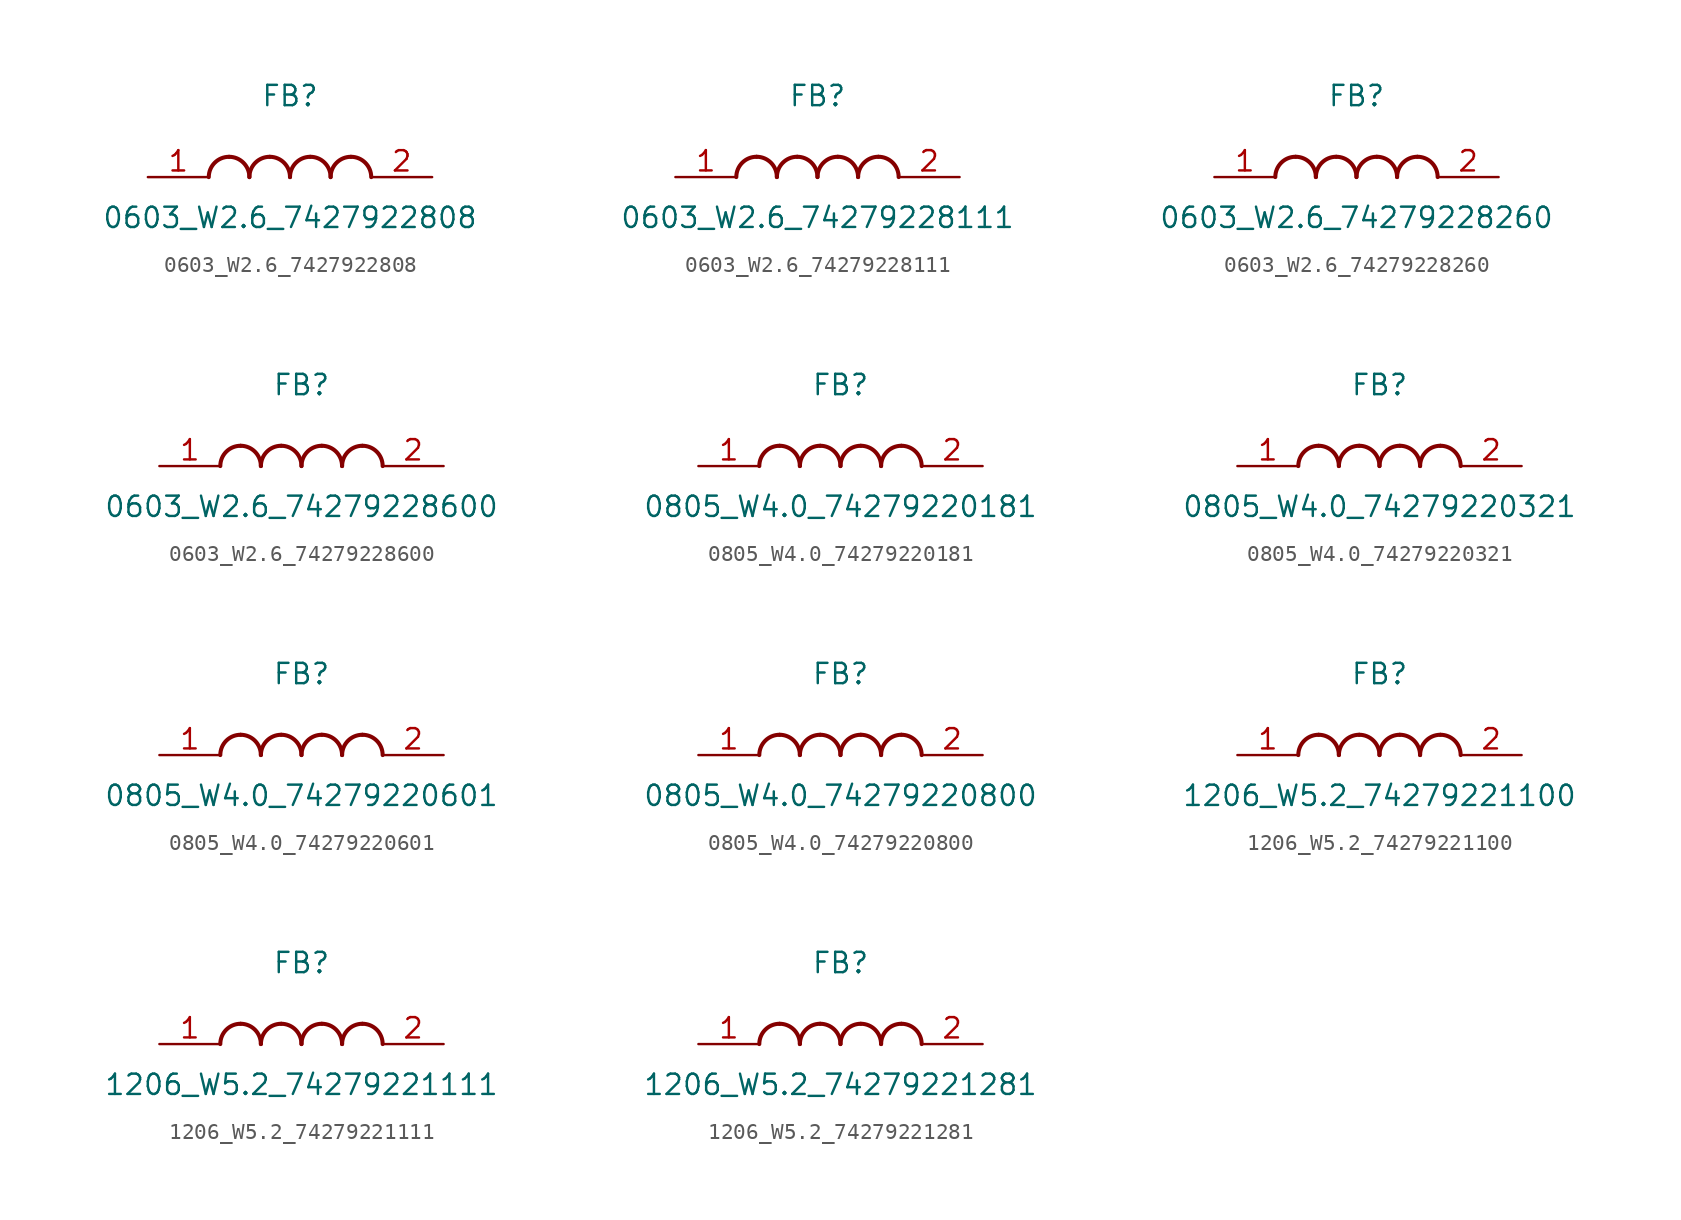
<source format=kicad_sym>
(kicad_symbol_lib
  (version 20211014)
  (generator kicad_symbol_editor)
  (symbol "Ferrite_Wurth_WE-MPSB:0603_W2.6_7427922808"
    (pin_names hide)
    (property "Reference" "FB"
      (at 0 5.08 0)
      (effects (font (size 1.27 1.27))))
    (property "Value" "0603_W2.6_7427922808"
      (at 0 -2.54 0)
      (effects (font (size 1.27 1.27))))
    (symbol "0603_W2.6_7427922808_0_1"
      (arc (start -3.81 1.27) (mid -4.708 0.898) (end -5.08 0) (stroke (width 0.254) (type default)) (fill (type none)))
      (arc (start -2.54 0) (mid -2.912 0.898) (end -3.81 1.27) (stroke (width 0.254) (type default)) (fill (type none)))
      (arc (start -1.2699 1.2701) (mid -2.1679 0.8981) (end -2.5399 0.0001) (stroke (width 0.254) (type default)) (fill (type none)))
      (arc (start 0.0001 0.0001) (mid -0.3719 0.8981) (end -1.2699 1.2701) (stroke (width 0.254) (type default)) (fill (type none)))
      (arc (start 1.2701 1.2701) (mid 0.3721 0.8981) (end 0.0001 0.0001) (stroke (width 0.254) (type default)) (fill (type none)))
      (arc (start 2.5401 0.0001) (mid 2.1681 0.8981) (end 1.2701 1.2701) (stroke (width 0.254) (type default)) (fill (type none)))
      (arc (start 3.8101 1.2701) (mid 2.9121 0.8981) (end 2.5401 0.0001) (stroke (width 0.254) (type default)) (fill (type none)))
      (arc (start 5.0801 0.0001) (mid 4.7081 0.8981) (end 3.8101 1.2701) (stroke (width 0.254) (type default)) (fill (type none))))
    (symbol "0603_W2.6_7427922808_1_1"
      (pin passive line (at -8.89 0 0) (length 3.81) (name "1" (effects (font (size 1.27 1.27)))) (number "1" (effects (font (size 1.27 1.27)))))
      (pin passive line (at 8.89 0 180) (length 3.81) (name "2" (effects (font (size 1.27 1.27)))) (number "2" (effects (font (size 1.27 1.27)))))))
  (symbol "Ferrite_Wurth_WE-MPSB:0603_W2.6_74279228111"
    (pin_names hide)
    (property "Reference" "FB"
      (at 0 5.08 0)
      (effects (font (size 1.27 1.27))))
    (property "Value" "0603_W2.6_74279228111"
      (at 0 -2.54 0)
      (effects (font (size 1.27 1.27))))
    (symbol "0603_W2.6_74279228111_0_1"
      (arc (start -3.81 1.27) (mid -4.708 0.898) (end -5.08 0) (stroke (width 0.254) (type default)) (fill (type none)))
      (arc (start -2.54 0) (mid -2.912 0.898) (end -3.81 1.27) (stroke (width 0.254) (type default)) (fill (type none)))
      (arc (start -1.2699 1.2701) (mid -2.1679 0.8981) (end -2.5399 0.0001) (stroke (width 0.254) (type default)) (fill (type none)))
      (arc (start 0.0001 0.0001) (mid -0.3719 0.8981) (end -1.2699 1.2701) (stroke (width 0.254) (type default)) (fill (type none)))
      (arc (start 1.2701 1.2701) (mid 0.3721 0.8981) (end 0.0001 0.0001) (stroke (width 0.254) (type default)) (fill (type none)))
      (arc (start 2.5401 0.0001) (mid 2.1681 0.8981) (end 1.2701 1.2701) (stroke (width 0.254) (type default)) (fill (type none)))
      (arc (start 3.8101 1.2701) (mid 2.9121 0.8981) (end 2.5401 0.0001) (stroke (width 0.254) (type default)) (fill (type none)))
      (arc (start 5.0801 0.0001) (mid 4.7081 0.8981) (end 3.8101 1.2701) (stroke (width 0.254) (type default)) (fill (type none))))
    (symbol "0603_W2.6_74279228111_1_1"
      (pin passive line (at -8.89 0 0) (length 3.81) (name "1" (effects (font (size 1.27 1.27)))) (number "1" (effects (font (size 1.27 1.27)))))
      (pin passive line (at 8.89 0 180) (length 3.81) (name "2" (effects (font (size 1.27 1.27)))) (number "2" (effects (font (size 1.27 1.27)))))))
  (symbol "Ferrite_Wurth_WE-MPSB:0603_W2.6_74279228260"
    (pin_names hide)
    (property "Reference" "FB"
      (at 0 5.08 0)
      (effects (font (size 1.27 1.27))))
    (property "Value" "0603_W2.6_74279228260"
      (at 0 -2.54 0)
      (effects (font (size 1.27 1.27))))
    (symbol "0603_W2.6_74279228260_0_1"
      (arc (start -3.81 1.27) (mid -4.708 0.898) (end -5.08 0) (stroke (width 0.254) (type default)) (fill (type none)))
      (arc (start -2.54 0) (mid -2.912 0.898) (end -3.81 1.27) (stroke (width 0.254) (type default)) (fill (type none)))
      (arc (start -1.2699 1.2701) (mid -2.1679 0.8981) (end -2.5399 0.0001) (stroke (width 0.254) (type default)) (fill (type none)))
      (arc (start 0.0001 0.0001) (mid -0.3719 0.8981) (end -1.2699 1.2701) (stroke (width 0.254) (type default)) (fill (type none)))
      (arc (start 1.2701 1.2701) (mid 0.3721 0.8981) (end 0.0001 0.0001) (stroke (width 0.254) (type default)) (fill (type none)))
      (arc (start 2.5401 0.0001) (mid 2.1681 0.8981) (end 1.2701 1.2701) (stroke (width 0.254) (type default)) (fill (type none)))
      (arc (start 3.8101 1.2701) (mid 2.9121 0.8981) (end 2.5401 0.0001) (stroke (width 0.254) (type default)) (fill (type none)))
      (arc (start 5.0801 0.0001) (mid 4.7081 0.8981) (end 3.8101 1.2701) (stroke (width 0.254) (type default)) (fill (type none))))
    (symbol "0603_W2.6_74279228260_1_1"
      (pin passive line (at -8.89 0 0) (length 3.81) (name "1" (effects (font (size 1.27 1.27)))) (number "1" (effects (font (size 1.27 1.27)))))
      (pin passive line (at 8.89 0 180) (length 3.81) (name "2" (effects (font (size 1.27 1.27)))) (number "2" (effects (font (size 1.27 1.27)))))))
  (symbol "Ferrite_Wurth_WE-MPSB:0603_W2.6_74279228600"
    (pin_names hide)
    (property "Reference" "FB"
      (at 0 5.08 0)
      (effects (font (size 1.27 1.27))))
    (property "Value" "0603_W2.6_74279228600"
      (at 0 -2.54 0)
      (effects (font (size 1.27 1.27))))
    (symbol "0603_W2.6_74279228600_0_1"
      (arc (start -3.81 1.27) (mid -4.708 0.898) (end -5.08 0) (stroke (width 0.254) (type default)) (fill (type none)))
      (arc (start -2.54 0) (mid -2.912 0.898) (end -3.81 1.27) (stroke (width 0.254) (type default)) (fill (type none)))
      (arc (start -1.2699 1.2701) (mid -2.1679 0.8981) (end -2.5399 0.0001) (stroke (width 0.254) (type default)) (fill (type none)))
      (arc (start 0.0001 0.0001) (mid -0.3719 0.8981) (end -1.2699 1.2701) (stroke (width 0.254) (type default)) (fill (type none)))
      (arc (start 1.2701 1.2701) (mid 0.3721 0.8981) (end 0.0001 0.0001) (stroke (width 0.254) (type default)) (fill (type none)))
      (arc (start 2.5401 0.0001) (mid 2.1681 0.8981) (end 1.2701 1.2701) (stroke (width 0.254) (type default)) (fill (type none)))
      (arc (start 3.8101 1.2701) (mid 2.9121 0.8981) (end 2.5401 0.0001) (stroke (width 0.254) (type default)) (fill (type none)))
      (arc (start 5.0801 0.0001) (mid 4.7081 0.8981) (end 3.8101 1.2701) (stroke (width 0.254) (type default)) (fill (type none))))
    (symbol "0603_W2.6_74279228600_1_1"
      (pin passive line (at -8.89 0 0) (length 3.81) (name "1" (effects (font (size 1.27 1.27)))) (number "1" (effects (font (size 1.27 1.27)))))
      (pin passive line (at 8.89 0 180) (length 3.81) (name "2" (effects (font (size 1.27 1.27)))) (number "2" (effects (font (size 1.27 1.27)))))))
  (symbol "Ferrite_Wurth_WE-MPSB:0805_W4.0_74279220181"
    (pin_names hide)
    (property "Reference" "FB"
      (at 0 5.08 0)
      (effects (font (size 1.27 1.27))))
    (property "Value" "0805_W4.0_74279220181"
      (at 0 -2.54 0)
      (effects (font (size 1.27 1.27))))
    (symbol "0805_W4.0_74279220181_0_1"
      (arc (start -3.81 1.27) (mid -4.708 0.898) (end -5.08 0) (stroke (width 0.254) (type default)) (fill (type none)))
      (arc (start -2.54 0) (mid -2.912 0.898) (end -3.81 1.27) (stroke (width 0.254) (type default)) (fill (type none)))
      (arc (start -1.2699 1.2701) (mid -2.1679 0.8981) (end -2.5399 0.0001) (stroke (width 0.254) (type default)) (fill (type none)))
      (arc (start 0.0001 0.0001) (mid -0.3719 0.8981) (end -1.2699 1.2701) (stroke (width 0.254) (type default)) (fill (type none)))
      (arc (start 1.2701 1.2701) (mid 0.3721 0.8981) (end 0.0001 0.0001) (stroke (width 0.254) (type default)) (fill (type none)))
      (arc (start 2.5401 0.0001) (mid 2.1681 0.8981) (end 1.2701 1.2701) (stroke (width 0.254) (type default)) (fill (type none)))
      (arc (start 3.8101 1.2701) (mid 2.9121 0.8981) (end 2.5401 0.0001) (stroke (width 0.254) (type default)) (fill (type none)))
      (arc (start 5.0801 0.0001) (mid 4.7081 0.8981) (end 3.8101 1.2701) (stroke (width 0.254) (type default)) (fill (type none))))
    (symbol "0805_W4.0_74279220181_1_1"
      (pin passive line (at -8.89 0 0) (length 3.81) (name "1" (effects (font (size 1.27 1.27)))) (number "1" (effects (font (size 1.27 1.27)))))
      (pin passive line (at 8.89 0 180) (length 3.81) (name "2" (effects (font (size 1.27 1.27)))) (number "2" (effects (font (size 1.27 1.27)))))))
  (symbol "Ferrite_Wurth_WE-MPSB:0805_W4.0_74279220321"
    (pin_names hide)
    (property "Reference" "FB"
      (at 0 5.08 0)
      (effects (font (size 1.27 1.27))))
    (property "Value" "0805_W4.0_74279220321"
      (at 0 -2.54 0)
      (effects (font (size 1.27 1.27))))
    (symbol "0805_W4.0_74279220321_0_1"
      (arc (start -3.81 1.27) (mid -4.708 0.898) (end -5.08 0) (stroke (width 0.254) (type default)) (fill (type none)))
      (arc (start -2.54 0) (mid -2.912 0.898) (end -3.81 1.27) (stroke (width 0.254) (type default)) (fill (type none)))
      (arc (start -1.2699 1.2701) (mid -2.1679 0.8981) (end -2.5399 0.0001) (stroke (width 0.254) (type default)) (fill (type none)))
      (arc (start 0.0001 0.0001) (mid -0.3719 0.8981) (end -1.2699 1.2701) (stroke (width 0.254) (type default)) (fill (type none)))
      (arc (start 1.2701 1.2701) (mid 0.3721 0.8981) (end 0.0001 0.0001) (stroke (width 0.254) (type default)) (fill (type none)))
      (arc (start 2.5401 0.0001) (mid 2.1681 0.8981) (end 1.2701 1.2701) (stroke (width 0.254) (type default)) (fill (type none)))
      (arc (start 3.8101 1.2701) (mid 2.9121 0.8981) (end 2.5401 0.0001) (stroke (width 0.254) (type default)) (fill (type none)))
      (arc (start 5.0801 0.0001) (mid 4.7081 0.8981) (end 3.8101 1.2701) (stroke (width 0.254) (type default)) (fill (type none))))
    (symbol "0805_W4.0_74279220321_1_1"
      (pin passive line (at -8.89 0 0) (length 3.81) (name "1" (effects (font (size 1.27 1.27)))) (number "1" (effects (font (size 1.27 1.27)))))
      (pin passive line (at 8.89 0 180) (length 3.81) (name "2" (effects (font (size 1.27 1.27)))) (number "2" (effects (font (size 1.27 1.27)))))))
  (symbol "Ferrite_Wurth_WE-MPSB:0805_W4.0_74279220601"
    (pin_names hide)
    (property "Reference" "FB"
      (at 0 5.08 0)
      (effects (font (size 1.27 1.27))))
    (property "Value" "0805_W4.0_74279220601"
      (at 0 -2.54 0)
      (effects (font (size 1.27 1.27))))
    (symbol "0805_W4.0_74279220601_0_1"
      (arc (start -3.81 1.27) (mid -4.708 0.898) (end -5.08 0) (stroke (width 0.254) (type default)) (fill (type none)))
      (arc (start -2.54 0) (mid -2.912 0.898) (end -3.81 1.27) (stroke (width 0.254) (type default)) (fill (type none)))
      (arc (start -1.2699 1.2701) (mid -2.1679 0.8981) (end -2.5399 0.0001) (stroke (width 0.254) (type default)) (fill (type none)))
      (arc (start 0.0001 0.0001) (mid -0.3719 0.8981) (end -1.2699 1.2701) (stroke (width 0.254) (type default)) (fill (type none)))
      (arc (start 1.2701 1.2701) (mid 0.3721 0.8981) (end 0.0001 0.0001) (stroke (width 0.254) (type default)) (fill (type none)))
      (arc (start 2.5401 0.0001) (mid 2.1681 0.8981) (end 1.2701 1.2701) (stroke (width 0.254) (type default)) (fill (type none)))
      (arc (start 3.8101 1.2701) (mid 2.9121 0.8981) (end 2.5401 0.0001) (stroke (width 0.254) (type default)) (fill (type none)))
      (arc (start 5.0801 0.0001) (mid 4.7081 0.8981) (end 3.8101 1.2701) (stroke (width 0.254) (type default)) (fill (type none))))
    (symbol "0805_W4.0_74279220601_1_1"
      (pin passive line (at -8.89 0 0) (length 3.81) (name "1" (effects (font (size 1.27 1.27)))) (number "1" (effects (font (size 1.27 1.27)))))
      (pin passive line (at 8.89 0 180) (length 3.81) (name "2" (effects (font (size 1.27 1.27)))) (number "2" (effects (font (size 1.27 1.27)))))))
  (symbol "Ferrite_Wurth_WE-MPSB:0805_W4.0_74279220800"
    (pin_names hide)
    (property "Reference" "FB"
      (at 0 5.08 0)
      (effects (font (size 1.27 1.27))))
    (property "Value" "0805_W4.0_74279220800"
      (at 0 -2.54 0)
      (effects (font (size 1.27 1.27))))
    (symbol "0805_W4.0_74279220800_0_1"
      (arc (start -3.81 1.27) (mid -4.708 0.898) (end -5.08 0) (stroke (width 0.254) (type default)) (fill (type none)))
      (arc (start -2.54 0) (mid -2.912 0.898) (end -3.81 1.27) (stroke (width 0.254) (type default)) (fill (type none)))
      (arc (start -1.2699 1.2701) (mid -2.1679 0.8981) (end -2.5399 0.0001) (stroke (width 0.254) (type default)) (fill (type none)))
      (arc (start 0.0001 0.0001) (mid -0.3719 0.8981) (end -1.2699 1.2701) (stroke (width 0.254) (type default)) (fill (type none)))
      (arc (start 1.2701 1.2701) (mid 0.3721 0.8981) (end 0.0001 0.0001) (stroke (width 0.254) (type default)) (fill (type none)))
      (arc (start 2.5401 0.0001) (mid 2.1681 0.8981) (end 1.2701 1.2701) (stroke (width 0.254) (type default)) (fill (type none)))
      (arc (start 3.8101 1.2701) (mid 2.9121 0.8981) (end 2.5401 0.0001) (stroke (width 0.254) (type default)) (fill (type none)))
      (arc (start 5.0801 0.0001) (mid 4.7081 0.8981) (end 3.8101 1.2701) (stroke (width 0.254) (type default)) (fill (type none))))
    (symbol "0805_W4.0_74279220800_1_1"
      (pin passive line (at -8.89 0 0) (length 3.81) (name "1" (effects (font (size 1.27 1.27)))) (number "1" (effects (font (size 1.27 1.27)))))
      (pin passive line (at 8.89 0 180) (length 3.81) (name "2" (effects (font (size 1.27 1.27)))) (number "2" (effects (font (size 1.27 1.27)))))))
  (symbol "Ferrite_Wurth_WE-MPSB:1206_W5.2_74279221100"
    (pin_names hide)
    (property "Reference" "FB"
      (at 0 5.08 0)
      (effects (font (size 1.27 1.27))))
    (property "Value" "1206_W5.2_74279221100"
      (at 0 -2.54 0)
      (effects (font (size 1.27 1.27))))
    (symbol "1206_W5.2_74279221100_0_1"
      (arc (start -3.81 1.27) (mid -4.708 0.898) (end -5.08 0) (stroke (width 0.254) (type default)) (fill (type none)))
      (arc (start -2.54 0) (mid -2.912 0.898) (end -3.81 1.27) (stroke (width 0.254) (type default)) (fill (type none)))
      (arc (start -1.2699 1.2701) (mid -2.1679 0.8981) (end -2.5399 0.0001) (stroke (width 0.254) (type default)) (fill (type none)))
      (arc (start 0.0001 0.0001) (mid -0.3719 0.8981) (end -1.2699 1.2701) (stroke (width 0.254) (type default)) (fill (type none)))
      (arc (start 1.2701 1.2701) (mid 0.3721 0.8981) (end 0.0001 0.0001) (stroke (width 0.254) (type default)) (fill (type none)))
      (arc (start 2.5401 0.0001) (mid 2.1681 0.8981) (end 1.2701 1.2701) (stroke (width 0.254) (type default)) (fill (type none)))
      (arc (start 3.8101 1.2701) (mid 2.9121 0.8981) (end 2.5401 0.0001) (stroke (width 0.254) (type default)) (fill (type none)))
      (arc (start 5.0801 0.0001) (mid 4.7081 0.8981) (end 3.8101 1.2701) (stroke (width 0.254) (type default)) (fill (type none))))
    (symbol "1206_W5.2_74279221100_1_1"
      (pin passive line (at -8.89 0 0) (length 3.81) (name "1" (effects (font (size 1.27 1.27)))) (number "1" (effects (font (size 1.27 1.27)))))
      (pin passive line (at 8.89 0 180) (length 3.81) (name "2" (effects (font (size 1.27 1.27)))) (number "2" (effects (font (size 1.27 1.27)))))))
  (symbol "Ferrite_Wurth_WE-MPSB:1206_W5.2_74279221111"
    (pin_names hide)
    (property "Reference" "FB"
      (at 0 5.08 0)
      (effects (font (size 1.27 1.27))))
    (property "Value" "1206_W5.2_74279221111"
      (at 0 -2.54 0)
      (effects (font (size 1.27 1.27))))
    (symbol "1206_W5.2_74279221111_0_1"
      (arc (start -3.81 1.27) (mid -4.708 0.898) (end -5.08 0) (stroke (width 0.254) (type default)) (fill (type none)))
      (arc (start -2.54 0) (mid -2.912 0.898) (end -3.81 1.27) (stroke (width 0.254) (type default)) (fill (type none)))
      (arc (start -1.2699 1.2701) (mid -2.1679 0.8981) (end -2.5399 0.0001) (stroke (width 0.254) (type default)) (fill (type none)))
      (arc (start 0.0001 0.0001) (mid -0.3719 0.8981) (end -1.2699 1.2701) (stroke (width 0.254) (type default)) (fill (type none)))
      (arc (start 1.2701 1.2701) (mid 0.3721 0.8981) (end 0.0001 0.0001) (stroke (width 0.254) (type default)) (fill (type none)))
      (arc (start 2.5401 0.0001) (mid 2.1681 0.8981) (end 1.2701 1.2701) (stroke (width 0.254) (type default)) (fill (type none)))
      (arc (start 3.8101 1.2701) (mid 2.9121 0.8981) (end 2.5401 0.0001) (stroke (width 0.254) (type default)) (fill (type none)))
      (arc (start 5.0801 0.0001) (mid 4.7081 0.8981) (end 3.8101 1.2701) (stroke (width 0.254) (type default)) (fill (type none))))
    (symbol "1206_W5.2_74279221111_1_1"
      (pin passive line (at -8.89 0 0) (length 3.81) (name "1" (effects (font (size 1.27 1.27)))) (number "1" (effects (font (size 1.27 1.27)))))
      (pin passive line (at 8.89 0 180) (length 3.81) (name "2" (effects (font (size 1.27 1.27)))) (number "2" (effects (font (size 1.27 1.27)))))))
  (symbol "Ferrite_Wurth_WE-MPSB:1206_W5.2_74279221281"
    (pin_names hide)
    (property "Reference" "FB"
      (at 0 5.08 0)
      (effects (font (size 1.27 1.27))))
    (property "Value" "1206_W5.2_74279221281"
      (at 0 -2.54 0)
      (effects (font (size 1.27 1.27))))
    (symbol "1206_W5.2_74279221281_0_1"
      (arc (start -3.81 1.27) (mid -4.708 0.898) (end -5.08 0) (stroke (width 0.254) (type default)) (fill (type none)))
      (arc (start -2.54 0) (mid -2.912 0.898) (end -3.81 1.27) (stroke (width 0.254) (type default)) (fill (type none)))
      (arc (start -1.2699 1.2701) (mid -2.1679 0.8981) (end -2.5399 0.0001) (stroke (width 0.254) (type default)) (fill (type none)))
      (arc (start 0.0001 0.0001) (mid -0.3719 0.8981) (end -1.2699 1.2701) (stroke (width 0.254) (type default)) (fill (type none)))
      (arc (start 1.2701 1.2701) (mid 0.3721 0.8981) (end 0.0001 0.0001) (stroke (width 0.254) (type default)) (fill (type none)))
      (arc (start 2.5401 0.0001) (mid 2.1681 0.8981) (end 1.2701 1.2701) (stroke (width 0.254) (type default)) (fill (type none)))
      (arc (start 3.8101 1.2701) (mid 2.9121 0.8981) (end 2.5401 0.0001) (stroke (width 0.254) (type default)) (fill (type none)))
      (arc (start 5.0801 0.0001) (mid 4.7081 0.8981) (end 3.8101 1.2701) (stroke (width 0.254) (type default)) (fill (type none))))
    (symbol "1206_W5.2_74279221281_1_1"
      (pin passive line (at -8.89 0 0) (length 3.81) (name "1" (effects (font (size 1.27 1.27)))) (number "1" (effects (font (size 1.27 1.27)))))
      (pin passive line (at 8.89 0 180) (length 3.81) (name "2" (effects (font (size 1.27 1.27)))) (number "2" (effects (font (size 1.27 1.27))))))))
</source>
